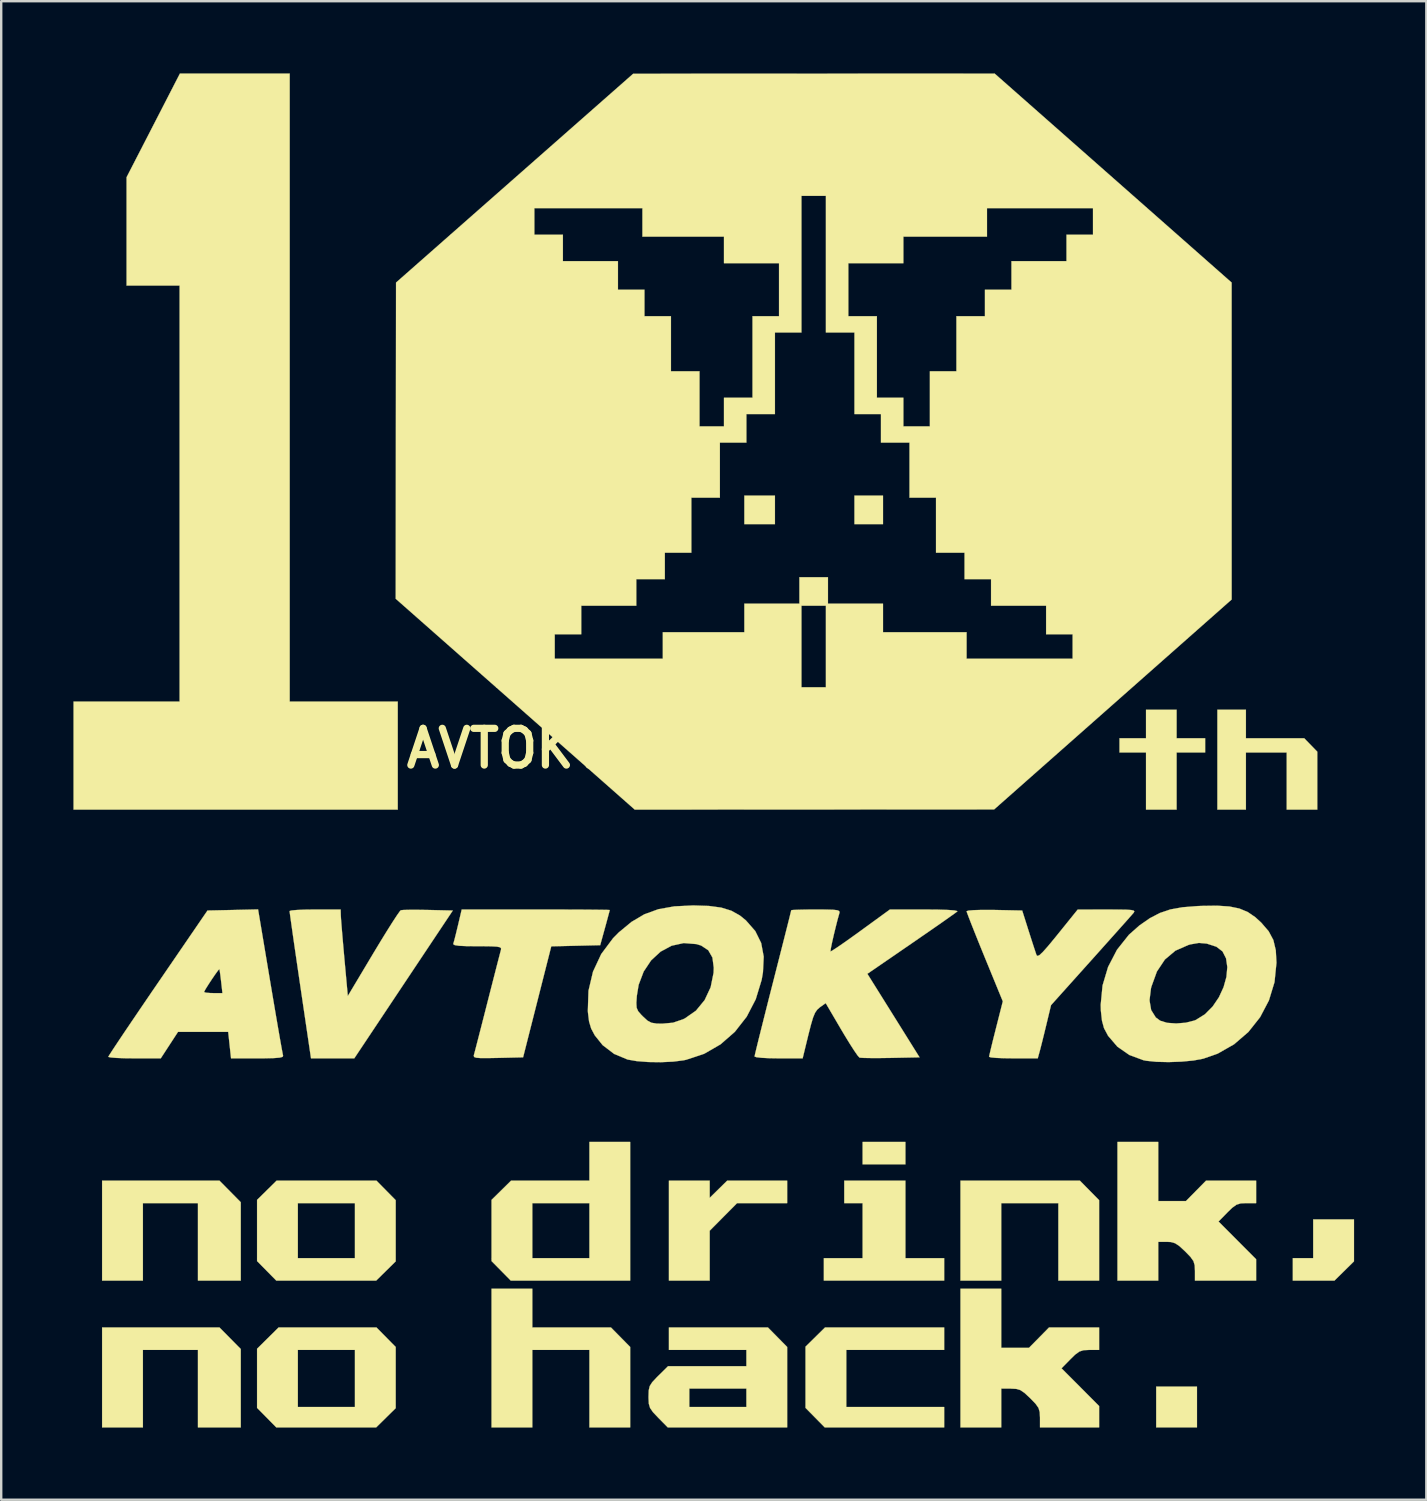
<source format=kicad_pcb>
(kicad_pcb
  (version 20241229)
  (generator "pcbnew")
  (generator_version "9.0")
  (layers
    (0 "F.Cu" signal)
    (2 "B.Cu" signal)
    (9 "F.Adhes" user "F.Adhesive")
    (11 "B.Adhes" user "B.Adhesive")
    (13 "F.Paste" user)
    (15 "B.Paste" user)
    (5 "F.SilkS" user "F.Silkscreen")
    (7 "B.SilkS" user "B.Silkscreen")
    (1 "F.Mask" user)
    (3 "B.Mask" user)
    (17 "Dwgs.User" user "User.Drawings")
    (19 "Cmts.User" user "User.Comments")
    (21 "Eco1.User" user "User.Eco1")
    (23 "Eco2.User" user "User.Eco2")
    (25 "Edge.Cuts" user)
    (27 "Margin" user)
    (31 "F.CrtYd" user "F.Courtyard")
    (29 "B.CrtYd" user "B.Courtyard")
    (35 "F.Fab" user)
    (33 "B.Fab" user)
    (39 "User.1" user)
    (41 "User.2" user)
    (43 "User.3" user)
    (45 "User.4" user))
  (footprint "AVTOKYO_10THLOGO"
    (layer "F.Cu")
    (at 25.151 28.03)
    (property "Reference" "AVTOKYO_10THLOGO" (at 0 0 0) (layer "F.SilkS") (effects (font (size 1.524 1.524) (thickness 0.3))))
    (attr through_hole)
    (fp_poly (pts (xy 3.979 -9.313) (xy 2.709 -9.313) (xy 2.709 -10.499) (xy 3.979 -10.499) (xy 3.979 -9.313)) (stroke (width 0.01) (type solid)) (fill yes) (layer "F.SilkS"))
    (fp_poly (pts (xy 8.467 -9.313) (xy 7.281 -9.313) (xy 7.281 -10.499) (xy 8.467 -10.499) (xy 8.467 -9.313)) (stroke (width 0.01) (type solid)) (fill yes) (layer "F.SilkS"))
    (fp_poly (pts (xy 9.398 17.272) (xy 7.62 17.272) (xy 7.62 16.341) (xy 9.398 16.341) (xy 9.398 17.272)) (stroke (width 0.01) (type solid)) (fill yes) (layer "F.SilkS"))
    (fp_poly (pts (xy 21.505 28.194) (xy 19.812 28.194) (xy 19.812 26.501) (xy 21.505 26.501) (xy 21.505 28.194)) (stroke (width 0.01) (type solid)) (fill yes) (layer "F.SilkS"))
    (fp_poly (pts (xy 28.025 21.3) (xy 27.215 22.098) (xy 25.485 22.098) (xy 25.485 21.167) (xy 26.331 21.167) (xy 26.331 19.558) (xy 28.025 19.558) (xy 28.025 21.3)) (stroke (width 0.01) (type solid)) (fill yes) (layer "F.SilkS"))
    (fp_poly (pts (xy 17.441 18.759) (xy 17.441 22.098) (xy 15.748 22.098) (xy 15.748 18.881) (xy 13.377 18.881) (xy 13.377 22.098) (xy 11.684 22.098) (xy 11.684 17.949) (xy 16.643 17.949) (xy 17.441 18.759)) (stroke (width 0.01) (type solid)) (fill yes) (layer "F.SilkS"))
    (fp_poly (pts (xy -18.645 18.396) (xy -18.203 18.844) (xy -18.203 22.098) (xy -19.981 22.098) (xy -19.981 18.881) (xy -22.267 18.881) (xy -22.267 22.098) (xy -23.961 22.098) (xy -23.961 17.949) (xy -19.087 17.949) (xy -18.645 18.396)) (stroke (width 0.01) (type solid)) (fill yes) (layer "F.SilkS"))
    (fp_poly (pts (xy -18.645 24.492) (xy -18.203 24.94) (xy -18.203 28.194) (xy -19.981 28.194) (xy -19.981 24.977) (xy -22.267 24.977) (xy -22.267 28.194) (xy -23.961 28.194) (xy -23.961 24.045) (xy -19.087 24.045) (xy -18.645 24.492)) (stroke (width 0.01) (type solid)) (fill yes) (layer "F.SilkS"))
    (fp_poly (pts (xy 9.398 21.167) (xy 11.007 21.167) (xy 11.007 22.098) (xy 6.011 22.098) (xy 6.011 21.167) (xy 7.62 21.167) (xy 7.62 18.881) (xy 6.858 18.881) (xy 6.858 17.949) (xy 9.398 17.949) (xy 9.398 21.167)) (stroke (width 0.01) (type solid)) (fill yes) (layer "F.SilkS"))
    (fp_poly (pts (xy 11.007 24.977) (xy 6.943 24.977) (xy 6.943 27.347) (xy 11.007 27.347) (xy 11.007 28.194) (xy 6.047 28.194) (xy 5.249 27.384) (xy 5.249 24.843) (xy 6.059 24.045) (xy 11.007 24.045) (xy 11.007 24.977)) (stroke (width 0.01) (type solid)) (fill yes) (layer "F.SilkS"))
    (fp_poly (pts (xy -6.096 24.045) (xy -2.83 24.045) (xy -2.032 24.855) (xy -2.032 28.194) (xy -3.725 28.194) (xy -3.725 24.977) (xy -6.096 24.977) (xy -6.096 28.194) (xy -7.789 28.194) (xy -7.789 22.437) (xy -6.096 22.437) (xy -6.096 24.045)) (stroke (width 0.01) (type solid)) (fill yes) (layer "F.SilkS"))
    (fp_poly (pts (xy 1.27 18.662) (xy 1.996 17.949) (xy 4.487 17.949) (xy 4.487 18.881) (xy 2.408 18.881) (xy 1.839 19.454) (xy 1.27 20.028) (xy 1.27 22.098) (xy -0.423 22.098) (xy -0.423 17.949) (xy 1.27 17.949) (xy 1.27 18.662)) (stroke (width 0.01) (type solid)) (fill yes) (layer "F.SilkS"))
    (fp_poly (pts (xy 23.537 -0.423) (xy 25.959 -0.423) (xy 26.501 0.135) (xy 26.501 2.54) (xy 25.231 2.54) (xy 25.231 0.169) (xy 23.537 0.169) (xy 23.537 2.54) (xy 22.352 2.54) (xy 22.352 -1.609) (xy 23.537 -1.609) (xy 23.537 -0.423)) (stroke (width 0.01) (type solid)) (fill yes) (layer "F.SilkS"))
    (fp_poly (pts (xy -16.171 -1.947) (xy -11.684 -1.947) (xy -11.684 2.54) (xy -25.146 2.54) (xy -25.146 -1.947) (xy -20.743 -1.947) (xy -20.743 -19.219) (xy -22.945 -19.219) (xy -22.945 -23.72) (xy -21.837 -25.872) (xy -20.73 -28.025) (xy -16.171 -28.025) (xy -16.171 -1.947)) (stroke (width 0.01) (type solid)) (fill yes) (layer "F.SilkS"))
    (fp_poly (pts (xy 20.659 -0.423) (xy 21.844 -0.423) (xy 21.844 0.169) (xy 20.659 0.169) (xy 20.659 2.54) (xy 19.389 2.54) (xy 19.389 0.169) (xy 18.288 0.169) (xy 18.288 -0.423) (xy 19.389 -0.423) (xy 19.389 -1.609) (xy 20.659 -1.609) (xy 20.659 -0.423)) (stroke (width 0.01) (type solid)) (fill yes) (layer "F.SilkS"))
    (fp_poly (pts (xy -11.769 18.759) (xy -11.769 21.3) (xy -12.579 22.098) (xy -16.728 22.098) (xy -17.526 21.288) (xy -17.526 18.881) (xy -15.833 18.881) (xy -15.833 21.167) (xy -13.462 21.167) (xy -13.462 18.881) (xy -15.833 18.881) (xy -17.526 18.881) (xy -17.526 18.747) (xy -16.716 17.949) (xy -12.567 17.949) (xy -11.769 18.759)) (stroke (width 0.01) (type solid)) (fill yes) (layer "F.SilkS"))
    (fp_poly (pts (xy -11.769 24.855) (xy -11.769 27.396) (xy -12.579 28.194) (xy -16.728 28.194) (xy -17.526 27.384) (xy -17.526 24.977) (xy -15.833 24.977) (xy -15.833 27.347) (xy -13.462 27.347) (xy -13.462 24.977) (xy -15.833 24.977) (xy -17.526 24.977) (xy -17.526 24.929) (xy -17.079 24.487) (xy -16.632 24.045) (xy -12.567 24.045) (xy -11.769 24.855)) (stroke (width 0.01) (type solid)) (fill yes) (layer "F.SilkS"))
    (fp_poly (pts (xy -2.032 22.098) (xy -6.991 22.098) (xy -7.39 21.693) (xy -7.789 21.288) (xy -7.789 18.881) (xy -6.096 18.881) (xy -6.096 21.167) (xy -3.725 21.167) (xy -3.725 18.881) (xy -6.096 18.881) (xy -7.789 18.881) (xy -7.789 18.747) (xy -7.384 18.348) (xy -6.979 17.949) (xy -3.725 17.949) (xy -3.725 16.341) (xy -2.032 16.341) (xy -2.032 22.098)) (stroke (width 0.01) (type solid)) (fill yes) (layer "F.SilkS"))
    (fp_poly (pts (xy 4.487 24.855) (xy 4.487 28.194) (xy -0.472 28.194) (xy -0.871 27.789) (xy -1.086 27.561) (xy -1.205 27.389) (xy -1.258 27.213) (xy -1.27 26.972) (xy -1.27 26.918) (xy -1.262 26.66) (xy -1.245 26.585) (xy 0.423 26.585) (xy 0.423 27.347) (xy 2.794 27.347) (xy 2.794 26.585) (xy 0.423 26.585) (xy -1.245 26.585) (xy -1.22 26.479) (xy -1.115 26.315) (xy -0.921 26.108) (xy -0.865 26.053) (xy -0.46 25.654) (xy 2.794 25.654) (xy 2.794 24.977) (xy -0.423 24.977) (xy -0.423 24.045) (xy 3.689 24.045) (xy 4.487 24.855)) (stroke (width 0.01) (type solid)) (fill yes) (layer "F.SilkS"))
    (fp_poly (pts (xy 13.377 24.892) (xy 14.527 24.892) (xy 14.944 24.469) (xy 15.361 24.045) (xy 17.441 24.045) (xy 17.441 24.977) (xy 17.036 24.977) (xy 16.797 24.989) (xy 16.621 25.045) (xy 16.444 25.174) (xy 16.255 25.359) (xy 15.88 25.741) (xy 16.661 26.524) (xy 17.441 27.308) (xy 17.441 28.194) (xy 14.986 28.194) (xy 14.986 27.789) (xy 14.975 27.558) (xy 14.923 27.384) (xy 14.801 27.212) (xy 14.582 26.985) (xy 14.581 26.984) (xy 14.348 26.767) (xy 14.171 26.646) (xy 13.994 26.595) (xy 13.777 26.585) (xy 13.377 26.585) (xy 13.377 28.194) (xy 11.684 28.194) (xy 11.684 22.437) (xy 13.377 22.437) (xy 13.377 24.892)) (stroke (width 0.01) (type solid)) (fill yes) (layer "F.SilkS"))
    (fp_poly (pts (xy 19.897 18.796) (xy 21.046 18.796) (xy 21.463 18.373) (xy 21.88 17.949) (xy 23.961 17.949) (xy 23.961 18.881) (xy 23.555 18.881) (xy 23.317 18.893) (xy 23.14 18.949) (xy 22.964 19.078) (xy 22.774 19.263) (xy 22.4 19.645) (xy 23.18 20.428) (xy 23.961 21.212) (xy 23.961 22.098) (xy 21.421 22.098) (xy 21.421 21.693) (xy 21.41 21.462) (xy 21.358 21.288) (xy 21.236 21.116) (xy 21.016 20.889) (xy 21.016 20.888) (xy 20.778 20.668) (xy 20.596 20.547) (xy 20.416 20.497) (xy 20.254 20.489) (xy 19.897 20.489) (xy 19.897 22.098) (xy 18.203 22.098) (xy 18.203 16.341) (xy 19.897 16.341) (xy 19.897 18.796)) (stroke (width 0.01) (type solid)) (fill yes) (layer "F.SilkS"))
    (fp_poly (pts (xy -14.049 6.921) (xy -14.04 7.079) (xy -14.017 7.373) (xy -13.984 7.772) (xy -13.943 8.245) (xy -13.901 8.717) (xy -13.758 10.281) (xy -12.705 8.518) (xy -12.408 8.026) (xy -12.136 7.584) (xy -11.901 7.212) (xy -11.717 6.931) (xy -11.597 6.761) (xy -11.557 6.719) (xy -11.44 6.707) (xy -11.19 6.701) (xy -10.844 6.701) (xy -10.438 6.707) (xy -10.431 6.707) (xy -9.398 6.731) (xy -11.444 9.8) (xy -13.489 12.869) (xy -15.286 12.869) (xy -15.733 9.842) (xy -15.835 9.146) (xy -15.929 8.502) (xy -16.012 7.931) (xy -16.08 7.451) (xy -16.132 7.082) (xy -16.165 6.842) (xy -16.175 6.752) (xy -16.094 6.728) (xy -15.876 6.708) (xy -15.554 6.694) (xy -15.158 6.689) (xy -15.113 6.689) (xy -14.055 6.689) (xy -14.049 6.921)) (stroke (width 0.01) (type solid)) (fill yes) (layer "F.SilkS"))
    (fp_poly (pts (xy -5.251 6.689) (xy -4.605 6.691) (xy -4.034 6.693) (xy -3.557 6.697) (xy -3.194 6.701) (xy -2.962 6.705) (xy -2.88 6.71) (xy -2.88 6.71) (xy -2.901 6.795) (xy -2.958 7.006) (xy -3.038 7.303) (xy -3.079 7.451) (xy -3.277 8.17) (xy -4.293 8.194) (xy -5.309 8.218) (xy -6.479 12.827) (xy -7.522 12.851) (xy -7.957 12.859) (xy -8.249 12.858) (xy -8.424 12.844) (xy -8.508 12.815) (xy -8.528 12.766) (xy -8.52 12.724) (xy -8.487 12.602) (xy -8.419 12.341) (xy -8.322 11.964) (xy -8.202 11.497) (xy -8.065 10.962) (xy -7.958 10.541) (xy -7.813 9.973) (xy -7.68 9.454) (xy -7.566 9.008) (xy -7.476 8.661) (xy -7.417 8.435) (xy -7.397 8.361) (xy -7.393 8.299) (xy -7.439 8.257) (xy -7.563 8.231) (xy -7.79 8.218) (xy -8.146 8.213) (xy -8.385 8.213) (xy -8.837 8.209) (xy -9.139 8.195) (xy -9.313 8.169) (xy -9.377 8.13) (xy -9.376 8.107) (xy -9.339 7.978) (xy -9.276 7.732) (xy -9.2 7.418) (xy -9.182 7.345) (xy -9.028 6.689) (xy -5.954 6.689) (xy -5.251 6.689)) (stroke (width 0.01) (type solid)) (fill yes) (layer "F.SilkS"))
    (fp_poly (pts (xy -16.983 9.671) (xy -16.866 10.364) (xy -16.757 11.006) (xy -16.659 11.577) (xy -16.575 12.059) (xy -16.509 12.43) (xy -16.464 12.672) (xy -16.445 12.764) (xy -16.468 12.809) (xy -16.591 12.84) (xy -16.831 12.859) (xy -17.208 12.868) (xy -17.507 12.869) (xy -18.607 12.869) (xy -18.666 12.319) (xy -18.725 11.769) (xy -20.808 11.769) (xy -21.525 12.869) (xy -22.616 12.869) (xy -23.023 12.865) (xy -23.361 12.852) (xy -23.598 12.833) (xy -23.702 12.81) (xy -23.704 12.806) (xy -23.657 12.725) (xy -23.524 12.519) (xy -23.315 12.203) (xy -23.039 11.791) (xy -22.706 11.298) (xy -22.327 10.739) (xy -21.911 10.128) (xy -21.903 10.116) (xy -19.727 10.116) (xy -19.652 10.142) (xy -19.46 10.158) (xy -19.346 10.16) (xy -18.964 10.16) (xy -19.019 9.673) (xy -19.051 9.407) (xy -19.078 9.222) (xy -19.091 9.164) (xy -19.142 9.215) (xy -19.253 9.367) (xy -19.396 9.575) (xy -19.541 9.796) (xy -19.66 9.986) (xy -19.723 10.103) (xy -19.727 10.116) (xy -21.903 10.116) (xy -21.643 9.737) (xy -19.585 6.731) (xy -18.534 6.708) (xy -17.484 6.684) (xy -16.983 9.671)) (stroke (width 0.01) (type solid)) (fill yes) (layer "F.SilkS"))
    (fp_poly (pts (xy 18.244 6.691) (xy 18.572 6.696) (xy 18.776 6.71) (xy 18.879 6.734) (xy 18.905 6.771) (xy 18.874 6.825) (xy 18.87 6.83) (xy 18.785 6.928) (xy 18.603 7.134) (xy 18.337 7.432) (xy 18.005 7.804) (xy 17.621 8.233) (xy 17.201 8.703) (xy 17.099 8.816) (xy 15.444 10.661) (xy 15.245 11.49) (xy 15.151 11.877) (xy 15.063 12.231) (xy 14.994 12.501) (xy 14.969 12.594) (xy 14.893 12.869) (xy 13.881 12.869) (xy 13.49 12.864) (xy 13.17 12.851) (xy 12.952 12.831) (xy 12.871 12.806) (xy 12.871 12.806) (xy 12.892 12.705) (xy 12.947 12.471) (xy 13.028 12.138) (xy 13.129 11.737) (xy 13.158 11.622) (xy 13.442 10.502) (xy 12.69 8.668) (xy 12.477 8.146) (xy 12.288 7.675) (xy 12.131 7.279) (xy 12.015 6.979) (xy 11.949 6.8) (xy 11.938 6.759) (xy 12.018 6.733) (xy 12.236 6.715) (xy 12.562 6.705) (xy 12.965 6.705) (xy 13.093 6.707) (xy 14.247 6.731) (xy 14.516 7.581) (xy 14.634 7.95) (xy 14.738 8.27) (xy 14.814 8.5) (xy 14.843 8.584) (xy 14.885 8.619) (xy 14.968 8.58) (xy 15.105 8.451) (xy 15.311 8.22) (xy 15.599 7.872) (xy 15.727 7.714) (xy 16.552 6.691) (xy 17.769 6.69) (xy 18.244 6.691)) (stroke (width 0.01) (type solid)) (fill yes) (layer "F.SilkS"))
    (fp_poly (pts (xy 1.24 6.541) (xy 1.752 6.61) (xy 2.167 6.738) (xy 2.521 6.935) (xy 2.773 7.139) (xy 3.163 7.584) (xy 3.408 8.081) (xy 3.513 8.646) (xy 3.482 9.295) (xy 3.428 9.61) (xy 3.183 10.414) (xy 2.807 11.139) (xy 2.314 11.769) (xy 1.72 12.288) (xy 1.041 12.68) (xy 0.291 12.929) (xy 0.179 12.952) (xy -0.249 13.006) (xy -0.755 13.029) (xy -1.278 13.022) (xy -1.757 12.985) (xy -2.133 12.92) (xy -2.144 12.917) (xy -2.698 12.686) (xy -3.176 12.321) (xy -3.503 11.913) (xy -3.652 11.632) (xy -3.739 11.342) (xy -3.785 10.969) (xy -3.79 10.898) (xy -3.78 10.578) (xy -1.776 10.578) (xy -1.763 10.77) (xy -1.7 10.912) (xy -1.569 11.063) (xy -1.501 11.131) (xy -1.315 11.302) (xy -1.148 11.391) (xy -0.934 11.425) (xy -0.702 11.43) (xy -0.253 11.389) (xy 0.159 11.249) (xy 0.24 11.21) (xy 0.699 10.89) (xy 1.061 10.449) (xy 1.31 9.916) (xy 1.431 9.319) (xy 1.439 9.105) (xy 1.384 8.684) (xy 1.211 8.381) (xy 0.914 8.185) (xy 0.72 8.125) (xy 0.192 8.082) (xy -0.31 8.192) (xy -0.768 8.437) (xy -1.162 8.8) (xy -1.472 9.265) (xy -1.68 9.814) (xy -1.756 10.276) (xy -1.776 10.578) (xy -3.78 10.578) (xy -3.763 10.061) (xy -3.576 9.27) (xy -3.234 8.538) (xy -2.743 7.88) (xy -2.506 7.64) (xy -1.979 7.204) (xy -1.443 6.887) (xy -0.861 6.676) (xy -0.198 6.558) (xy 0.583 6.52) (xy 0.598 6.52) (xy 1.24 6.541)) (stroke (width 0.01) (type solid)) (fill yes) (layer "F.SilkS"))
    (fp_poly (pts (xy 22.851 6.563) (xy 23.265 6.648) (xy 23.613 6.793) (xy 23.926 7.007) (xy 24.175 7.235) (xy 24.482 7.592) (xy 24.677 7.957) (xy 24.778 8.38) (xy 24.806 8.9) (xy 24.725 9.704) (xy 24.493 10.464) (xy 24.127 11.16) (xy 23.64 11.774) (xy 23.047 12.285) (xy 22.364 12.674) (xy 21.766 12.883) (xy 21.361 12.959) (xy 20.862 13.006) (xy 20.328 13.025) (xy 19.82 13.013) (xy 19.398 12.97) (xy 19.282 12.947) (xy 18.697 12.73) (xy 18.2 12.385) (xy 17.813 11.933) (xy 17.645 11.617) (xy 17.561 11.311) (xy 17.514 10.891) (xy 17.507 10.648) (xy 17.525 10.46) (xy 19.534 10.46) (xy 19.603 10.865) (xy 19.796 11.172) (xy 19.978 11.306) (xy 20.264 11.394) (xy 20.641 11.421) (xy 21.041 11.389) (xy 21.397 11.299) (xy 21.463 11.272) (xy 21.836 11.038) (xy 22.156 10.716) (xy 22.416 10.333) (xy 22.609 9.914) (xy 22.728 9.488) (xy 22.765 9.08) (xy 22.713 8.718) (xy 22.565 8.428) (xy 22.314 8.236) (xy 22.292 8.228) (xy 21.911 8.104) (xy 21.585 8.076) (xy 21.232 8.137) (xy 21.151 8.16) (xy 20.609 8.398) (xy 20.173 8.765) (xy 19.841 9.263) (xy 19.612 9.895) (xy 19.594 9.969) (xy 19.534 10.46) (xy 17.525 10.46) (xy 17.584 9.844) (xy 17.814 9.073) (xy 18.183 8.361) (xy 18.679 7.737) (xy 19.112 7.353) (xy 19.546 7.051) (xy 19.96 6.834) (xy 20.398 6.686) (xy 20.905 6.595) (xy 21.525 6.546) (xy 21.69 6.539) (xy 22.337 6.53) (xy 22.851 6.563)) (stroke (width 0.01) (type solid)) (fill yes) (layer "F.SilkS"))
    (fp_poly (pts (xy 10.741 6.693) (xy 11.157 6.706) (xy 11.431 6.726) (xy 11.551 6.754) (xy 11.553 6.769) (xy 11.464 6.836) (xy 11.254 6.986) (xy 10.944 7.205) (xy 10.552 7.478) (xy 10.097 7.792) (xy 9.645 8.104) (xy 7.818 9.359) (xy 8.902 11.093) (xy 9.985 12.827) (xy 8.785 12.851) (xy 8.346 12.857) (xy 7.965 12.857) (xy 7.676 12.852) (xy 7.511 12.842) (xy 7.489 12.837) (xy 7.414 12.754) (xy 7.273 12.551) (xy 7.082 12.254) (xy 6.859 11.889) (xy 6.74 11.689) (xy 6.088 10.577) (xy 5.846 10.749) (xy 5.736 10.846) (xy 5.645 10.978) (xy 5.562 11.178) (xy 5.473 11.48) (xy 5.367 11.895) (xy 5.13 12.869) (xy 4.131 12.869) (xy 3.743 12.863) (xy 3.425 12.847) (xy 3.21 12.822) (xy 3.133 12.793) (xy 3.153 12.696) (xy 3.211 12.453) (xy 3.301 12.085) (xy 3.42 11.609) (xy 3.562 11.044) (xy 3.722 10.409) (xy 3.895 9.732) (xy 4.069 9.049) (xy 4.229 8.42) (xy 4.371 7.862) (xy 4.489 7.395) (xy 4.579 7.036) (xy 4.636 6.804) (xy 4.657 6.718) (xy 4.657 6.718) (xy 4.736 6.707) (xy 4.952 6.698) (xy 5.272 6.691) (xy 5.663 6.689) (xy 5.678 6.689) (xy 6.109 6.691) (xy 6.396 6.699) (xy 6.567 6.718) (xy 6.647 6.752) (xy 6.663 6.804) (xy 6.656 6.837) (xy 6.58 7.109) (xy 6.498 7.433) (xy 6.417 7.768) (xy 6.348 8.073) (xy 6.301 8.305) (xy 6.285 8.424) (xy 6.287 8.432) (xy 6.361 8.394) (xy 6.55 8.271) (xy 6.83 8.079) (xy 7.18 7.831) (xy 7.535 7.575) (xy 8.753 6.689) (xy 10.193 6.689) (xy 10.741 6.693)) (stroke (width 0.01) (type solid)) (fill yes) (layer "F.SilkS"))
    (fp_poly (pts (xy 18.023 -23.686) (xy 22.944 -19.346) (xy 22.945 -6.185) (xy 18.013 -1.826) (xy 13.081 2.533) (xy -1.842 2.54) (xy -6.805 -1.838) (xy -10.097 -4.741) (xy -5.165 -4.741) (xy -5.165 -3.725) (xy -0.677 -3.725) (xy -0.677 -4.826) (xy 2.709 -4.826) (xy 2.709 -5.927) (xy 5.08 -5.927) (xy 5.08 -2.54) (xy 6.096 -2.54) (xy 6.096 -5.927) (xy 5.08 -5.927) (xy 2.709 -5.927) (xy 2.709 -6.011) (xy 4.995 -6.011) (xy 4.995 -7.112) (xy 6.181 -7.112) (xy 6.181 -6.011) (xy 8.467 -6.011) (xy 8.467 -4.826) (xy 11.938 -4.826) (xy 11.938 -3.725) (xy 16.341 -3.725) (xy 16.341 -4.741) (xy 15.24 -4.741) (xy 15.24 -5.927) (xy 12.954 -5.927) (xy 12.954 -7.027) (xy 11.853 -7.027) (xy 11.853 -8.128) (xy 10.668 -8.128) (xy 10.668 -10.414) (xy 9.567 -10.414) (xy 9.567 -12.7) (xy 8.382 -12.7) (xy 8.382 -13.885) (xy 7.281 -13.885) (xy 7.281 -17.272) (xy 6.096 -17.272) (xy 6.096 -20.151) (xy 7.027 -20.151) (xy 7.027 -17.949) (xy 8.213 -17.949) (xy 8.213 -14.563) (xy 9.313 -14.563) (xy 9.313 -13.377) (xy 10.414 -13.377) (xy 10.414 -15.663) (xy 11.515 -15.663) (xy 11.515 -17.949) (xy 12.7 -17.949) (xy 12.7 -19.05) (xy 13.801 -19.05) (xy 13.801 -20.235) (xy 16.087 -20.235) (xy 16.087 -21.336) (xy 17.187 -21.336) (xy 17.187 -22.437) (xy 12.785 -22.437) (xy 12.785 -21.251) (xy 9.313 -21.251) (xy 9.313 -20.151) (xy 7.027 -20.151) (xy 6.096 -20.151) (xy 6.096 -22.945) (xy 5.08 -22.945) (xy 5.08 -17.272) (xy 3.979 -17.272) (xy 3.979 -13.885) (xy 2.794 -13.885) (xy 2.794 -12.7) (xy 1.693 -12.7) (xy 1.693 -10.414) (xy 0.508 -10.414) (xy 0.508 -8.128) (xy -0.593 -8.128) (xy -0.593 -7.027) (xy -1.778 -7.027) (xy -1.778 -5.927) (xy -4.064 -5.927) (xy -4.064 -4.741) (xy -5.165 -4.741) (xy -10.097 -4.741) (xy -11.769 -6.216) (xy -11.762 -12.781) (xy -11.755 -19.346) (xy -8.245 -22.437) (xy -6.011 -22.437) (xy -6.011 -21.336) (xy -4.826 -21.336) (xy -4.826 -20.235) (xy -2.54 -20.235) (xy -2.54 -19.05) (xy -1.439 -19.05) (xy -1.439 -17.949) (xy -0.339 -17.949) (xy -0.339 -15.663) (xy 0.847 -15.663) (xy 0.847 -13.377) (xy 1.863 -13.377) (xy 1.863 -14.563) (xy 3.048 -14.563) (xy 3.048 -17.949) (xy 4.149 -17.949) (xy 4.149 -20.151) (xy 1.863 -20.151) (xy 1.863 -21.251) (xy -1.524 -21.251) (xy -1.524 -22.437) (xy -6.011 -22.437) (xy -8.245 -22.437) (xy -6.83 -23.683) (xy -1.905 -28.019) (xy 13.102 -28.025) (xy 18.023 -23.686)) (stroke (width 0.01) (type solid)) (fill yes) (layer "F.SilkS")))
  (gr_rect
    (start -3 -3)
    (end 56.181 59.229)
    (stroke (width 0.1) (type default))
    (fill no)
    (layer "Edge.Cuts")))
</source>
